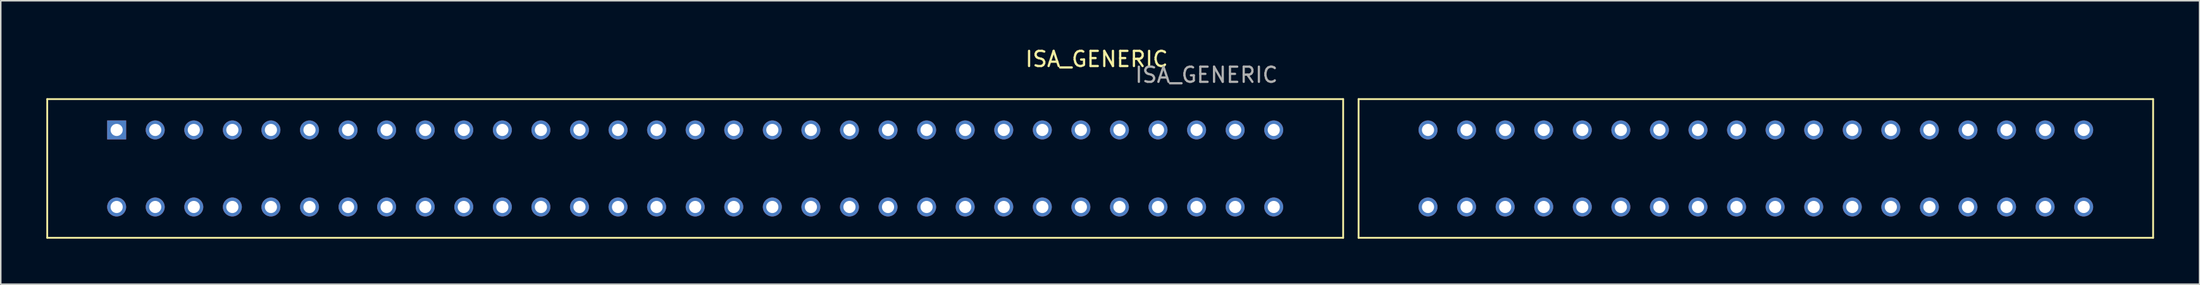
<source format=kicad_pcb>
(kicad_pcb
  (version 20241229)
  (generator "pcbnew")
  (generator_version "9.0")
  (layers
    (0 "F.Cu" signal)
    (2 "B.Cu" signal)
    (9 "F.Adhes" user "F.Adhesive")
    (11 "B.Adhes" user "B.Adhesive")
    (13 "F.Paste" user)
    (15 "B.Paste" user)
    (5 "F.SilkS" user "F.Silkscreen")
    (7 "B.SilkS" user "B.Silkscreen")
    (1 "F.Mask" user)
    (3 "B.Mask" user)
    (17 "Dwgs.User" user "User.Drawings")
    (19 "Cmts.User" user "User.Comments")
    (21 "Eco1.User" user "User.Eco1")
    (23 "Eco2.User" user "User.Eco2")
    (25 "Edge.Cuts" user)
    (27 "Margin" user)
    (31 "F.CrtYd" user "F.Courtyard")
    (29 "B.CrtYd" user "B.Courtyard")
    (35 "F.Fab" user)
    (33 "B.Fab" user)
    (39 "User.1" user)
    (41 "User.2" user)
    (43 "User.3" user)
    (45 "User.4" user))
  (footprint "ISA_GENERIC"
    (layer "F.Cu")
    (at 4.632 10.598)
    (property "Reference" "ISA_GENERIC" (at 64.54 -9.75 0) (layer "F.SilkS") (effects (font (size 1 1) (thickness 0.15))))
    (attr through_hole)
    (fp_line (start -4.572 -7.112) (end 80.772 -7.112) (stroke (width 0.12) (type solid)) (layer "F.SilkS"))
    (fp_line (start -4.572 2.032) (end -4.572 -7.112) (stroke (width 0.12) (type solid)) (layer "F.SilkS"))
    (fp_line (start 80.772 -7.112) (end 80.772 2.032) (stroke (width 0.12) (type solid)) (layer "F.SilkS"))
    (fp_line (start 80.772 2.032) (end -4.572 2.032) (stroke (width 0.12) (type solid)) (layer "F.SilkS"))
    (fp_line (start 81.788 -7.112) (end 134.112 -7.112) (stroke (width 0.12) (type solid)) (layer "F.SilkS"))
    (fp_line (start 81.788 2.032) (end 81.788 -7.112) (stroke (width 0.12) (type solid)) (layer "F.SilkS"))
    (fp_line (start 134.112 2.032) (end 81.788 2.032) (stroke (width 0.12) (type solid)) (layer "F.SilkS"))
    (fp_line (start 134.112 2.032) (end 134.112 -7.112) (stroke (width 0.12) (type solid)) (layer "F.SilkS"))
    (fp_text user "${REFERENCE}" (at 71.77 -8.708 0) (unlocked yes) (layer "F.Fab") (effects (font (size 1 1) (thickness 0.15))))
    (pad "A1" thru_hole rect (at 0 -5.08) (size 1.25 1.25) (drill 0.8) (layers "*.Cu" "*.Mask"))
    (pad "A2" thru_hole oval (at 2.54 -5.08) (size 1.25 1.25) (drill 0.8) (layers "*.Cu" "*.Mask"))
    (pad "A3" thru_hole oval (at 5.08 -5.08) (size 1.25 1.25) (drill 0.8) (layers "*.Cu" "*.Mask"))
    (pad "A4" thru_hole oval (at 7.62 -5.08) (size 1.25 1.25) (drill 0.8) (layers "*.Cu" "*.Mask"))
    (pad "A5" thru_hole oval (at 10.16 -5.08) (size 1.25 1.25) (drill 0.8) (layers "*.Cu" "*.Mask"))
    (pad "A6" thru_hole oval (at 12.7 -5.08) (size 1.25 1.25) (drill 0.8) (layers "*.Cu" "*.Mask"))
    (pad "A7" thru_hole oval (at 15.24 -5.08) (size 1.25 1.25) (drill 0.8) (layers "*.Cu" "*.Mask"))
    (pad "A8" thru_hole oval (at 17.78 -5.08) (size 1.25 1.25) (drill 0.8) (layers "*.Cu" "*.Mask"))
    (pad "A9" thru_hole oval (at 20.32 -5.08) (size 1.25 1.25) (drill 0.8) (layers "*.Cu" "*.Mask"))
    (pad "A10" thru_hole oval (at 22.86 -5.08) (size 1.25 1.25) (drill 0.8) (layers "*.Cu" "*.Mask"))
    (pad "A11" thru_hole oval (at 25.4 -5.08) (size 1.25 1.25) (drill 0.8) (layers "*.Cu" "*.Mask"))
    (pad "A12" thru_hole oval (at 27.94 -5.08) (size 1.25 1.25) (drill 0.8) (layers "*.Cu" "*.Mask"))
    (pad "A13" thru_hole oval (at 30.48 -5.08) (size 1.25 1.25) (drill 0.8) (layers "*.Cu" "*.Mask"))
    (pad "A14" thru_hole oval (at 33.02 -5.08) (size 1.25 1.25) (drill 0.8) (layers "*.Cu" "*.Mask"))
    (pad "A15" thru_hole oval (at 35.56 -5.08) (size 1.25 1.25) (drill 0.8) (layers "*.Cu" "*.Mask"))
    (pad "A16" thru_hole oval (at 38.1 -5.08) (size 1.25 1.25) (drill 0.8) (layers "*.Cu" "*.Mask"))
    (pad "A17" thru_hole oval (at 40.64 -5.08) (size 1.25 1.25) (drill 0.8) (layers "*.Cu" "*.Mask"))
    (pad "A18" thru_hole oval (at 43.18 -5.08) (size 1.25 1.25) (drill 0.8) (layers "*.Cu" "*.Mask"))
    (pad "A19" thru_hole oval (at 45.72 -5.08) (size 1.25 1.25) (drill 0.8) (layers "*.Cu" "*.Mask"))
    (pad "A20" thru_hole oval (at 48.26 -5.08) (size 1.25 1.25) (drill 0.8) (layers "*.Cu" "*.Mask"))
    (pad "A21" thru_hole oval (at 50.8 -5.08) (size 1.25 1.25) (drill 0.8) (layers "*.Cu" "*.Mask"))
    (pad "A22" thru_hole oval (at 53.34 -5.08) (size 1.25 1.25) (drill 0.8) (layers "*.Cu" "*.Mask"))
    (pad "A23" thru_hole oval (at 55.88 -5.08) (size 1.25 1.25) (drill 0.8) (layers "*.Cu" "*.Mask"))
    (pad "A24" thru_hole oval (at 58.42 -5.08) (size 1.25 1.25) (drill 0.8) (layers "*.Cu" "*.Mask"))
    (pad "A25" thru_hole oval (at 60.96 -5.08) (size 1.25 1.25) (drill 0.8) (layers "*.Cu" "*.Mask"))
    (pad "A26" thru_hole oval (at 63.5 -5.08) (size 1.25 1.25) (drill 0.8) (layers "*.Cu" "*.Mask"))
    (pad "A27" thru_hole oval (at 66.04 -5.08) (size 1.25 1.25) (drill 0.8) (layers "*.Cu" "*.Mask"))
    (pad "A28" thru_hole oval (at 68.58 -5.08) (size 1.25 1.25) (drill 0.8) (layers "*.Cu" "*.Mask"))
    (pad "A29" thru_hole oval (at 71.12 -5.08) (size 1.25 1.25) (drill 0.8) (layers "*.Cu" "*.Mask"))
    (pad "A30" thru_hole oval (at 73.66 -5.08) (size 1.25 1.25) (drill 0.8) (layers "*.Cu" "*.Mask"))
    (pad "A31" thru_hole oval (at 76.2 -5.08) (size 1.25 1.25) (drill 0.8) (layers "*.Cu" "*.Mask"))
    (pad "B1" thru_hole oval (at 0 0) (size 1.25 1.25) (drill 0.8) (layers "*.Cu" "*.Mask"))
    (pad "B2" thru_hole oval (at 2.54 0) (size 1.25 1.25) (drill 0.8) (layers "*.Cu" "*.Mask"))
    (pad "B3" thru_hole oval (at 5.08 0) (size 1.25 1.25) (drill 0.8) (layers "*.Cu" "*.Mask"))
    (pad "B4" thru_hole oval (at 7.62 0) (size 1.25 1.25) (drill 0.8) (layers "*.Cu" "*.Mask"))
    (pad "B5" thru_hole oval (at 10.16 0) (size 1.25 1.25) (drill 0.8) (layers "*.Cu" "*.Mask"))
    (pad "B6" thru_hole oval (at 12.7 0) (size 1.25 1.25) (drill 0.8) (layers "*.Cu" "*.Mask"))
    (pad "B7" thru_hole oval (at 15.24 0) (size 1.25 1.25) (drill 0.8) (layers "*.Cu" "*.Mask"))
    (pad "B8" thru_hole oval (at 17.78 0) (size 1.25 1.25) (drill 0.8) (layers "*.Cu" "*.Mask"))
    (pad "B9" thru_hole oval (at 20.32 0) (size 1.25 1.25) (drill 0.8) (layers "*.Cu" "*.Mask"))
    (pad "B10" thru_hole oval (at 22.86 0) (size 1.25 1.25) (drill 0.8) (layers "*.Cu" "*.Mask"))
    (pad "B11" thru_hole oval (at 25.4 0) (size 1.25 1.25) (drill 0.8) (layers "*.Cu" "*.Mask"))
    (pad "B12" thru_hole oval (at 27.94 0) (size 1.25 1.25) (drill 0.8) (layers "*.Cu" "*.Mask"))
    (pad "B13" thru_hole oval (at 30.48 0) (size 1.25 1.25) (drill 0.8) (layers "*.Cu" "*.Mask"))
    (pad "B14" thru_hole oval (at 33.02 0) (size 1.25 1.25) (drill 0.8) (layers "*.Cu" "*.Mask"))
    (pad "B15" thru_hole oval (at 35.56 0) (size 1.25 1.25) (drill 0.8) (layers "*.Cu" "*.Mask"))
    (pad "B16" thru_hole oval (at 38.1 0) (size 1.25 1.25) (drill 0.8) (layers "*.Cu" "*.Mask"))
    (pad "B17" thru_hole oval (at 40.64 0) (size 1.25 1.25) (drill 0.8) (layers "*.Cu" "*.Mask"))
    (pad "B18" thru_hole oval (at 43.18 0) (size 1.25 1.25) (drill 0.8) (layers "*.Cu" "*.Mask"))
    (pad "B19" thru_hole oval (at 45.72 0) (size 1.25 1.25) (drill 0.8) (layers "*.Cu" "*.Mask"))
    (pad "B20" thru_hole oval (at 48.26 0) (size 1.25 1.25) (drill 0.8) (layers "*.Cu" "*.Mask"))
    (pad "B21" thru_hole oval (at 50.8 0) (size 1.25 1.25) (drill 0.8) (layers "*.Cu" "*.Mask"))
    (pad "B22" thru_hole oval (at 53.34 0) (size 1.25 1.25) (drill 0.8) (layers "*.Cu" "*.Mask"))
    (pad "B23" thru_hole oval (at 55.88 0) (size 1.25 1.25) (drill 0.8) (layers "*.Cu" "*.Mask"))
    (pad "B24" thru_hole oval (at 58.42 0) (size 1.25 1.25) (drill 0.8) (layers "*.Cu" "*.Mask"))
    (pad "B25" thru_hole oval (at 60.96 0) (size 1.25 1.25) (drill 0.8) (layers "*.Cu" "*.Mask"))
    (pad "B26" thru_hole oval (at 63.5 0) (size 1.25 1.25) (drill 0.8) (layers "*.Cu" "*.Mask"))
    (pad "B27" thru_hole oval (at 66.04 0) (size 1.25 1.25) (drill 0.8) (layers "*.Cu" "*.Mask"))
    (pad "B28" thru_hole oval (at 68.58 0) (size 1.25 1.25) (drill 0.8) (layers "*.Cu" "*.Mask"))
    (pad "B29" thru_hole oval (at 71.12 0) (size 1.25 1.25) (drill 0.8) (layers "*.Cu" "*.Mask"))
    (pad "B30" thru_hole oval (at 73.66 0) (size 1.25 1.25) (drill 0.8) (layers "*.Cu" "*.Mask"))
    (pad "B31" thru_hole oval (at 76.2 0) (size 1.25 1.25) (drill 0.8) (layers "*.Cu" "*.Mask"))
    (pad "C1" thru_hole oval (at 86.36 -5.08) (size 1.25 1.25) (drill 0.8) (layers "*.Cu" "*.Mask"))
    (pad "C2" thru_hole oval (at 88.9 -5.08) (size 1.25 1.25) (drill 0.8) (layers "*.Cu" "*.Mask"))
    (pad "C3" thru_hole oval (at 91.44 -5.08) (size 1.25 1.25) (drill 0.8) (layers "*.Cu" "*.Mask"))
    (pad "C4" thru_hole oval (at 93.98 -5.08) (size 1.25 1.25) (drill 0.8) (layers "*.Cu" "*.Mask"))
    (pad "C5" thru_hole oval (at 96.52 -5.08) (size 1.25 1.25) (drill 0.8) (layers "*.Cu" "*.Mask"))
    (pad "C6" thru_hole oval (at 99.06 -5.08) (size 1.25 1.25) (drill 0.8) (layers "*.Cu" "*.Mask"))
    (pad "C7" thru_hole oval (at 101.6 -5.08) (size 1.25 1.25) (drill 0.8) (layers "*.Cu" "*.Mask"))
    (pad "C8" thru_hole oval (at 104.14 -5.08) (size 1.25 1.25) (drill 0.8) (layers "*.Cu" "*.Mask"))
    (pad "C9" thru_hole oval (at 106.68 -5.08) (size 1.25 1.25) (drill 0.8) (layers "*.Cu" "*.Mask"))
    (pad "C10" thru_hole oval (at 109.22 -5.08) (size 1.25 1.25) (drill 0.8) (layers "*.Cu" "*.Mask"))
    (pad "C11" thru_hole oval (at 111.76 -5.08) (size 1.25 1.25) (drill 0.8) (layers "*.Cu" "*.Mask"))
    (pad "C12" thru_hole oval (at 114.3 -5.08) (size 1.25 1.25) (drill 0.8) (layers "*.Cu" "*.Mask"))
    (pad "C13" thru_hole oval (at 116.84 -5.08) (size 1.25 1.25) (drill 0.8) (layers "*.Cu" "*.Mask"))
    (pad "C14" thru_hole oval (at 119.38 -5.08) (size 1.25 1.25) (drill 0.8) (layers "*.Cu" "*.Mask"))
    (pad "C15" thru_hole oval (at 121.92 -5.08) (size 1.25 1.25) (drill 0.8) (layers "*.Cu" "*.Mask"))
    (pad "C16" thru_hole oval (at 124.46 -5.08) (size 1.25 1.25) (drill 0.8) (layers "*.Cu" "*.Mask"))
    (pad "C17" thru_hole oval (at 127 -5.08) (size 1.25 1.25) (drill 0.8) (layers "*.Cu" "*.Mask"))
    (pad "C18" thru_hole oval (at 129.54 -5.08) (size 1.25 1.25) (drill 0.8) (layers "*.Cu" "*.Mask"))
    (pad "D1" thru_hole oval (at 86.36 0) (size 1.25 1.25) (drill 0.8) (layers "*.Cu" "*.Mask"))
    (pad "D2" thru_hole oval (at 88.9 0) (size 1.25 1.25) (drill 0.8) (layers "*.Cu" "*.Mask"))
    (pad "D3" thru_hole oval (at 91.44 0) (size 1.25 1.25) (drill 0.8) (layers "*.Cu" "*.Mask"))
    (pad "D4" thru_hole oval (at 93.98 0) (size 1.25 1.25) (drill 0.8) (layers "*.Cu" "*.Mask"))
    (pad "D5" thru_hole oval (at 96.52 0) (size 1.25 1.25) (drill 0.8) (layers "*.Cu" "*.Mask"))
    (pad "D6" thru_hole oval (at 99.06 0) (size 1.25 1.25) (drill 0.8) (layers "*.Cu" "*.Mask"))
    (pad "D7" thru_hole oval (at 101.6 0) (size 1.25 1.25) (drill 0.8) (layers "*.Cu" "*.Mask"))
    (pad "D8" thru_hole oval (at 104.14 0) (size 1.25 1.25) (drill 0.8) (layers "*.Cu" "*.Mask"))
    (pad "D9" thru_hole oval (at 106.68 0) (size 1.25 1.25) (drill 0.8) (layers "*.Cu" "*.Mask"))
    (pad "D10" thru_hole oval (at 109.22 0) (size 1.25 1.25) (drill 0.8) (layers "*.Cu" "*.Mask"))
    (pad "D11" thru_hole oval (at 111.76 0) (size 1.25 1.25) (drill 0.8) (layers "*.Cu" "*.Mask"))
    (pad "D12" thru_hole oval (at 114.3 0) (size 1.25 1.25) (drill 0.8) (layers "*.Cu" "*.Mask"))
    (pad "D13" thru_hole oval (at 116.84 0) (size 1.25 1.25) (drill 0.8) (layers "*.Cu" "*.Mask"))
    (pad "D14" thru_hole oval (at 119.38 0) (size 1.25 1.25) (drill 0.8) (layers "*.Cu" "*.Mask"))
    (pad "D15" thru_hole oval (at 121.92 0) (size 1.25 1.25) (drill 0.8) (layers "*.Cu" "*.Mask"))
    (pad "D16" thru_hole oval (at 124.46 0) (size 1.25 1.25) (drill 0.8) (layers "*.Cu" "*.Mask"))
    (pad "D17" thru_hole oval (at 127 0) (size 1.25 1.25) (drill 0.8) (layers "*.Cu" "*.Mask"))
    (pad "D18" thru_hole oval (at 129.54 0) (size 1.25 1.25) (drill 0.8) (layers "*.Cu" "*.Mask")))
  (gr_rect
    (start -3 -3)
    (end 141.804 15.69)
    (stroke (width 0.1) (type default))
    (fill no)
    (layer "Edge.Cuts")))
</source>
